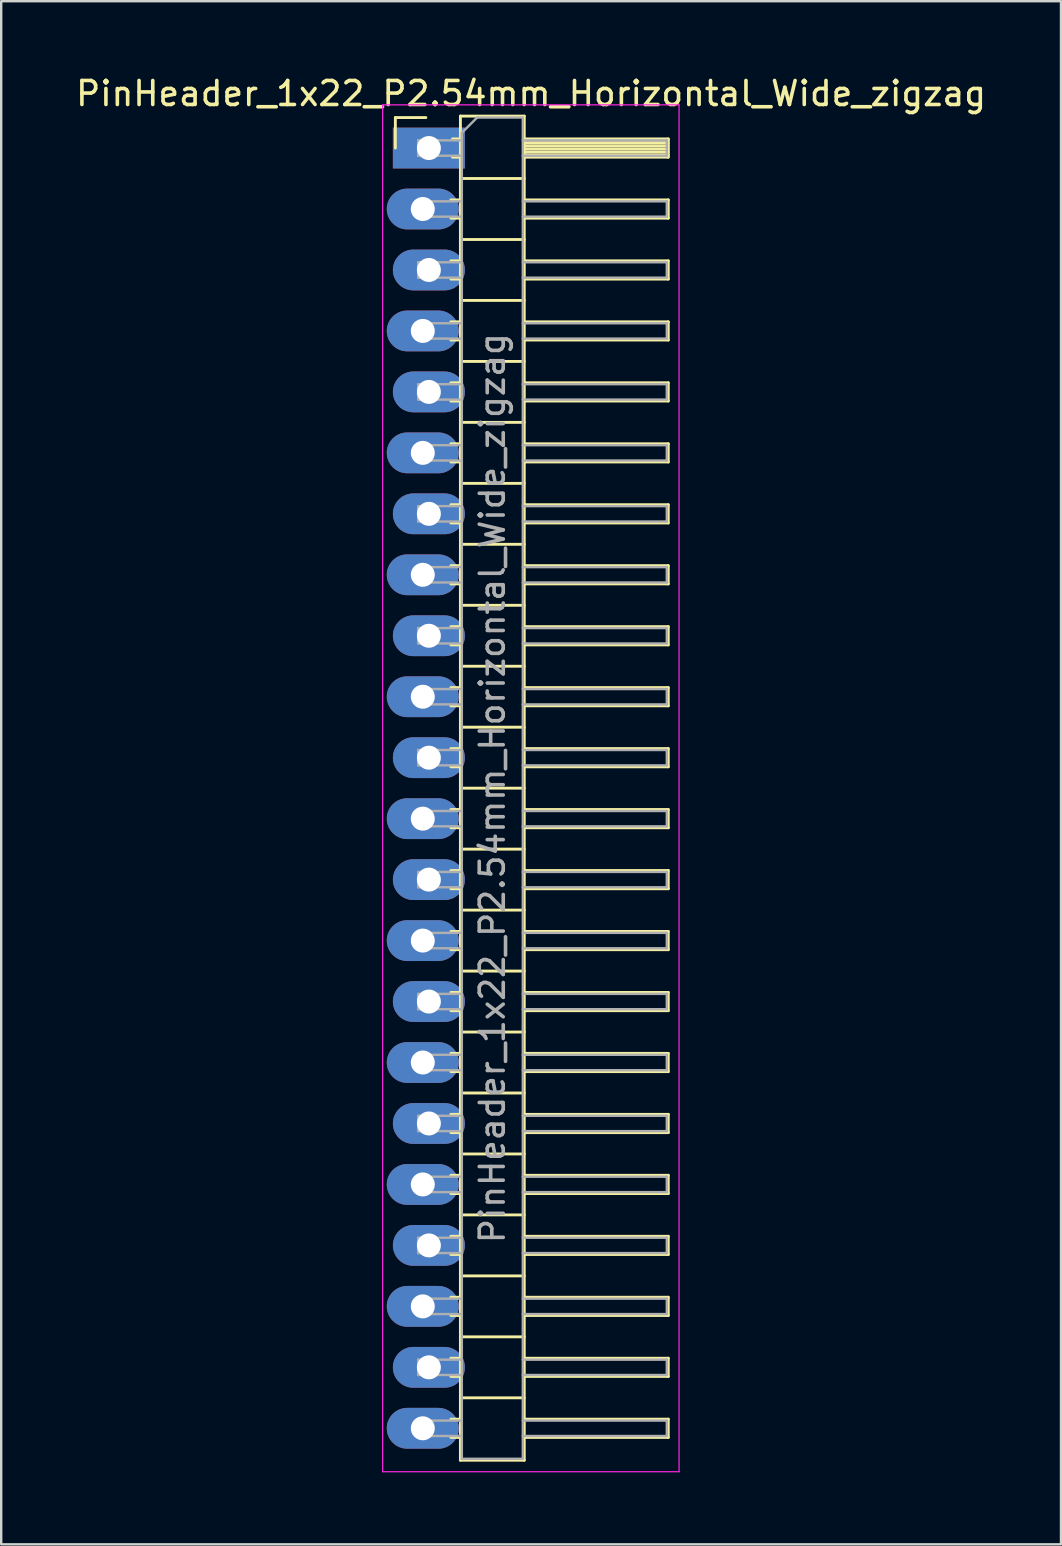
<source format=kicad_pcb>
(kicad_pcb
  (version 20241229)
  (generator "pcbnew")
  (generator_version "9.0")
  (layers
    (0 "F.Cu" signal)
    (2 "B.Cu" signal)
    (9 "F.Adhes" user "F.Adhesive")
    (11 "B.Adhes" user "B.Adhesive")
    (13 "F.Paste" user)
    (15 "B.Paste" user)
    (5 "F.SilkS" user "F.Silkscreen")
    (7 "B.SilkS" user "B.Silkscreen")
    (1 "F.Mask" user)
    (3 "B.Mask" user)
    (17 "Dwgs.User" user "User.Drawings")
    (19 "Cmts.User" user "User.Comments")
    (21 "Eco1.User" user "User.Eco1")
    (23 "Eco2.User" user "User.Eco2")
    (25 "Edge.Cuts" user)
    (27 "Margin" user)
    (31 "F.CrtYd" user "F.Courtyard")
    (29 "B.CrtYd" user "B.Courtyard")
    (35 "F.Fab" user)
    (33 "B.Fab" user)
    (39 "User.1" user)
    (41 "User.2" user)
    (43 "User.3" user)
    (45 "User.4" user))
  (footprint "PinHeader_1x22_P2.54mm_Horizontal_Wide_zigzag"
    (layer "F.Cu")
    (at 14.692 3.118)
    (property "Reference" "PinHeader_1x22_P2.54mm_Horizontal_Wide_zigzag" (at 4.385 -2.27 0) (layer "F.SilkS") (effects (font (size 1 1) (thickness 0.15))))
    (attr through_hole)
    (fp_line (start -1.27 -1.27) (end 0 -1.27) (stroke (width 0.12) (type solid)) (layer "F.SilkS"))
    (fp_line (start -1.27 0) (end -1.27 -1.27) (stroke (width 0.12) (type solid)) (layer "F.SilkS"))
    (fp_line (start 1.043 2.16) (end 1.44 2.16) (stroke (width 0.12) (type solid)) (layer "F.SilkS"))
    (fp_line (start 1.043 2.92) (end 1.44 2.92) (stroke (width 0.12) (type solid)) (layer "F.SilkS"))
    (fp_line (start 1.043 4.7) (end 1.44 4.7) (stroke (width 0.12) (type solid)) (layer "F.SilkS"))
    (fp_line (start 1.043 5.46) (end 1.44 5.46) (stroke (width 0.12) (type solid)) (layer "F.SilkS"))
    (fp_line (start 1.043 7.24) (end 1.44 7.24) (stroke (width 0.12) (type solid)) (layer "F.SilkS"))
    (fp_line (start 1.043 8) (end 1.44 8) (stroke (width 0.12) (type solid)) (layer "F.SilkS"))
    (fp_line (start 1.043 9.78) (end 1.44 9.78) (stroke (width 0.12) (type solid)) (layer "F.SilkS"))
    (fp_line (start 1.043 10.54) (end 1.44 10.54) (stroke (width 0.12) (type solid)) (layer "F.SilkS"))
    (fp_line (start 1.043 12.32) (end 1.44 12.32) (stroke (width 0.12) (type solid)) (layer "F.SilkS"))
    (fp_line (start 1.043 13.08) (end 1.44 13.08) (stroke (width 0.12) (type solid)) (layer "F.SilkS"))
    (fp_line (start 1.043 14.86) (end 1.44 14.86) (stroke (width 0.12) (type solid)) (layer "F.SilkS"))
    (fp_line (start 1.043 15.62) (end 1.44 15.62) (stroke (width 0.12) (type solid)) (layer "F.SilkS"))
    (fp_line (start 1.043 17.4) (end 1.44 17.4) (stroke (width 0.12) (type solid)) (layer "F.SilkS"))
    (fp_line (start 1.043 18.16) (end 1.44 18.16) (stroke (width 0.12) (type solid)) (layer "F.SilkS"))
    (fp_line (start 1.043 19.94) (end 1.44 19.94) (stroke (width 0.12) (type solid)) (layer "F.SilkS"))
    (fp_line (start 1.043 20.7) (end 1.44 20.7) (stroke (width 0.12) (type solid)) (layer "F.SilkS"))
    (fp_line (start 1.043 22.48) (end 1.44 22.48) (stroke (width 0.12) (type solid)) (layer "F.SilkS"))
    (fp_line (start 1.043 23.24) (end 1.44 23.24) (stroke (width 0.12) (type solid)) (layer "F.SilkS"))
    (fp_line (start 1.043 25.02) (end 1.44 25.02) (stroke (width 0.12) (type solid)) (layer "F.SilkS"))
    (fp_line (start 1.043 25.78) (end 1.44 25.78) (stroke (width 0.12) (type solid)) (layer "F.SilkS"))
    (fp_line (start 1.043 27.56) (end 1.44 27.56) (stroke (width 0.12) (type solid)) (layer "F.SilkS"))
    (fp_line (start 1.043 28.32) (end 1.44 28.32) (stroke (width 0.12) (type solid)) (layer "F.SilkS"))
    (fp_line (start 1.043 30.1) (end 1.44 30.1) (stroke (width 0.12) (type solid)) (layer "F.SilkS"))
    (fp_line (start 1.043 30.86) (end 1.44 30.86) (stroke (width 0.12) (type solid)) (layer "F.SilkS"))
    (fp_line (start 1.043 32.64) (end 1.44 32.64) (stroke (width 0.12) (type solid)) (layer "F.SilkS"))
    (fp_line (start 1.043 33.4) (end 1.44 33.4) (stroke (width 0.12) (type solid)) (layer "F.SilkS"))
    (fp_line (start 1.043 35.18) (end 1.44 35.18) (stroke (width 0.12) (type solid)) (layer "F.SilkS"))
    (fp_line (start 1.043 35.94) (end 1.44 35.94) (stroke (width 0.12) (type solid)) (layer "F.SilkS"))
    (fp_line (start 1.043 37.72) (end 1.44 37.72) (stroke (width 0.12) (type solid)) (layer "F.SilkS"))
    (fp_line (start 1.043 38.48) (end 1.44 38.48) (stroke (width 0.12) (type solid)) (layer "F.SilkS"))
    (fp_line (start 1.043 40.26) (end 1.44 40.26) (stroke (width 0.12) (type solid)) (layer "F.SilkS"))
    (fp_line (start 1.043 41.02) (end 1.44 41.02) (stroke (width 0.12) (type solid)) (layer "F.SilkS"))
    (fp_line (start 1.043 42.8) (end 1.44 42.8) (stroke (width 0.12) (type solid)) (layer "F.SilkS"))
    (fp_line (start 1.043 43.56) (end 1.44 43.56) (stroke (width 0.12) (type solid)) (layer "F.SilkS"))
    (fp_line (start 1.043 45.34) (end 1.44 45.34) (stroke (width 0.12) (type solid)) (layer "F.SilkS"))
    (fp_line (start 1.043 46.1) (end 1.44 46.1) (stroke (width 0.12) (type solid)) (layer "F.SilkS"))
    (fp_line (start 1.043 47.88) (end 1.44 47.88) (stroke (width 0.12) (type solid)) (layer "F.SilkS"))
    (fp_line (start 1.043 48.64) (end 1.44 48.64) (stroke (width 0.12) (type solid)) (layer "F.SilkS"))
    (fp_line (start 1.043 50.42) (end 1.44 50.42) (stroke (width 0.12) (type solid)) (layer "F.SilkS"))
    (fp_line (start 1.043 51.18) (end 1.44 51.18) (stroke (width 0.12) (type solid)) (layer "F.SilkS"))
    (fp_line (start 1.043 52.96) (end 1.44 52.96) (stroke (width 0.12) (type solid)) (layer "F.SilkS"))
    (fp_line (start 1.043 53.72) (end 1.44 53.72) (stroke (width 0.12) (type solid)) (layer "F.SilkS"))
    (fp_line (start 1.11 -0.38) (end 1.44 -0.38) (stroke (width 0.12) (type solid)) (layer "F.SilkS"))
    (fp_line (start 1.11 0.38) (end 1.44 0.38) (stroke (width 0.12) (type solid)) (layer "F.SilkS"))
    (fp_line (start 1.44 -1.33) (end 1.44 54.67) (stroke (width 0.12) (type solid)) (layer "F.SilkS"))
    (fp_line (start 1.44 1.27) (end 4.1 1.27) (stroke (width 0.12) (type solid)) (layer "F.SilkS"))
    (fp_line (start 1.44 3.81) (end 4.1 3.81) (stroke (width 0.12) (type solid)) (layer "F.SilkS"))
    (fp_line (start 1.44 6.35) (end 4.1 6.35) (stroke (width 0.12) (type solid)) (layer "F.SilkS"))
    (fp_line (start 1.44 8.89) (end 4.1 8.89) (stroke (width 0.12) (type solid)) (layer "F.SilkS"))
    (fp_line (start 1.44 11.43) (end 4.1 11.43) (stroke (width 0.12) (type solid)) (layer "F.SilkS"))
    (fp_line (start 1.44 13.97) (end 4.1 13.97) (stroke (width 0.12) (type solid)) (layer "F.SilkS"))
    (fp_line (start 1.44 16.51) (end 4.1 16.51) (stroke (width 0.12) (type solid)) (layer "F.SilkS"))
    (fp_line (start 1.44 19.05) (end 4.1 19.05) (stroke (width 0.12) (type solid)) (layer "F.SilkS"))
    (fp_line (start 1.44 21.59) (end 4.1 21.59) (stroke (width 0.12) (type solid)) (layer "F.SilkS"))
    (fp_line (start 1.44 24.13) (end 4.1 24.13) (stroke (width 0.12) (type solid)) (layer "F.SilkS"))
    (fp_line (start 1.44 26.67) (end 4.1 26.67) (stroke (width 0.12) (type solid)) (layer "F.SilkS"))
    (fp_line (start 1.44 29.21) (end 4.1 29.21) (stroke (width 0.12) (type solid)) (layer "F.SilkS"))
    (fp_line (start 1.44 31.75) (end 4.1 31.75) (stroke (width 0.12) (type solid)) (layer "F.SilkS"))
    (fp_line (start 1.44 34.29) (end 4.1 34.29) (stroke (width 0.12) (type solid)) (layer "F.SilkS"))
    (fp_line (start 1.44 36.83) (end 4.1 36.83) (stroke (width 0.12) (type solid)) (layer "F.SilkS"))
    (fp_line (start 1.44 39.37) (end 4.1 39.37) (stroke (width 0.12) (type solid)) (layer "F.SilkS"))
    (fp_line (start 1.44 41.91) (end 4.1 41.91) (stroke (width 0.12) (type solid)) (layer "F.SilkS"))
    (fp_line (start 1.44 44.45) (end 4.1 44.45) (stroke (width 0.12) (type solid)) (layer "F.SilkS"))
    (fp_line (start 1.44 46.99) (end 4.1 46.99) (stroke (width 0.12) (type solid)) (layer "F.SilkS"))
    (fp_line (start 1.44 49.53) (end 4.1 49.53) (stroke (width 0.12) (type solid)) (layer "F.SilkS"))
    (fp_line (start 1.44 52.07) (end 4.1 52.07) (stroke (width 0.12) (type solid)) (layer "F.SilkS"))
    (fp_line (start 1.44 54.67) (end 4.1 54.67) (stroke (width 0.12) (type solid)) (layer "F.SilkS"))
    (fp_line (start 4.1 -1.33) (end 1.44 -1.33) (stroke (width 0.12) (type solid)) (layer "F.SilkS"))
    (fp_line (start 4.1 -0.38) (end 10.1 -0.38) (stroke (width 0.12) (type solid)) (layer "F.SilkS"))
    (fp_line (start 4.1 -0.32) (end 10.1 -0.32) (stroke (width 0.12) (type solid)) (layer "F.SilkS"))
    (fp_line (start 4.1 -0.2) (end 10.1 -0.2) (stroke (width 0.12) (type solid)) (layer "F.SilkS"))
    (fp_line (start 4.1 -0.08) (end 10.1 -0.08) (stroke (width 0.12) (type solid)) (layer "F.SilkS"))
    (fp_line (start 4.1 0.04) (end 10.1 0.04) (stroke (width 0.12) (type solid)) (layer "F.SilkS"))
    (fp_line (start 4.1 0.16) (end 10.1 0.16) (stroke (width 0.12) (type solid)) (layer "F.SilkS"))
    (fp_line (start 4.1 0.28) (end 10.1 0.28) (stroke (width 0.12) (type solid)) (layer "F.SilkS"))
    (fp_line (start 4.1 2.16) (end 10.1 2.16) (stroke (width 0.12) (type solid)) (layer "F.SilkS"))
    (fp_line (start 4.1 4.7) (end 10.1 4.7) (stroke (width 0.12) (type solid)) (layer "F.SilkS"))
    (fp_line (start 4.1 7.24) (end 10.1 7.24) (stroke (width 0.12) (type solid)) (layer "F.SilkS"))
    (fp_line (start 4.1 9.78) (end 10.1 9.78) (stroke (width 0.12) (type solid)) (layer "F.SilkS"))
    (fp_line (start 4.1 12.32) (end 10.1 12.32) (stroke (width 0.12) (type solid)) (layer "F.SilkS"))
    (fp_line (start 4.1 14.86) (end 10.1 14.86) (stroke (width 0.12) (type solid)) (layer "F.SilkS"))
    (fp_line (start 4.1 17.4) (end 10.1 17.4) (stroke (width 0.12) (type solid)) (layer "F.SilkS"))
    (fp_line (start 4.1 19.94) (end 10.1 19.94) (stroke (width 0.12) (type solid)) (layer "F.SilkS"))
    (fp_line (start 4.1 22.48) (end 10.1 22.48) (stroke (width 0.12) (type solid)) (layer "F.SilkS"))
    (fp_line (start 4.1 25.02) (end 10.1 25.02) (stroke (width 0.12) (type solid)) (layer "F.SilkS"))
    (fp_line (start 4.1 27.56) (end 10.1 27.56) (stroke (width 0.12) (type solid)) (layer "F.SilkS"))
    (fp_line (start 4.1 30.1) (end 10.1 30.1) (stroke (width 0.12) (type solid)) (layer "F.SilkS"))
    (fp_line (start 4.1 32.64) (end 10.1 32.64) (stroke (width 0.12) (type solid)) (layer "F.SilkS"))
    (fp_line (start 4.1 35.18) (end 10.1 35.18) (stroke (width 0.12) (type solid)) (layer "F.SilkS"))
    (fp_line (start 4.1 37.72) (end 10.1 37.72) (stroke (width 0.12) (type solid)) (layer "F.SilkS"))
    (fp_line (start 4.1 40.26) (end 10.1 40.26) (stroke (width 0.12) (type solid)) (layer "F.SilkS"))
    (fp_line (start 4.1 42.8) (end 10.1 42.8) (stroke (width 0.12) (type solid)) (layer "F.SilkS"))
    (fp_line (start 4.1 45.34) (end 10.1 45.34) (stroke (width 0.12) (type solid)) (layer "F.SilkS"))
    (fp_line (start 4.1 47.88) (end 10.1 47.88) (stroke (width 0.12) (type solid)) (layer "F.SilkS"))
    (fp_line (start 4.1 50.42) (end 10.1 50.42) (stroke (width 0.12) (type solid)) (layer "F.SilkS"))
    (fp_line (start 4.1 52.96) (end 10.1 52.96) (stroke (width 0.12) (type solid)) (layer "F.SilkS"))
    (fp_line (start 4.1 54.67) (end 4.1 -1.33) (stroke (width 0.12) (type solid)) (layer "F.SilkS"))
    (fp_line (start 10.1 -0.38) (end 10.1 0.38) (stroke (width 0.12) (type solid)) (layer "F.SilkS"))
    (fp_line (start 10.1 0.38) (end 4.1 0.38) (stroke (width 0.12) (type solid)) (layer "F.SilkS"))
    (fp_line (start 10.1 2.16) (end 10.1 2.92) (stroke (width 0.12) (type solid)) (layer "F.SilkS"))
    (fp_line (start 10.1 2.92) (end 4.1 2.92) (stroke (width 0.12) (type solid)) (layer "F.SilkS"))
    (fp_line (start 10.1 4.7) (end 10.1 5.46) (stroke (width 0.12) (type solid)) (layer "F.SilkS"))
    (fp_line (start 10.1 5.46) (end 4.1 5.46) (stroke (width 0.12) (type solid)) (layer "F.SilkS"))
    (fp_line (start 10.1 7.24) (end 10.1 8) (stroke (width 0.12) (type solid)) (layer "F.SilkS"))
    (fp_line (start 10.1 8) (end 4.1 8) (stroke (width 0.12) (type solid)) (layer "F.SilkS"))
    (fp_line (start 10.1 9.78) (end 10.1 10.54) (stroke (width 0.12) (type solid)) (layer "F.SilkS"))
    (fp_line (start 10.1 10.54) (end 4.1 10.54) (stroke (width 0.12) (type solid)) (layer "F.SilkS"))
    (fp_line (start 10.1 12.32) (end 10.1 13.08) (stroke (width 0.12) (type solid)) (layer "F.SilkS"))
    (fp_line (start 10.1 13.08) (end 4.1 13.08) (stroke (width 0.12) (type solid)) (layer "F.SilkS"))
    (fp_line (start 10.1 14.86) (end 10.1 15.62) (stroke (width 0.12) (type solid)) (layer "F.SilkS"))
    (fp_line (start 10.1 15.62) (end 4.1 15.62) (stroke (width 0.12) (type solid)) (layer "F.SilkS"))
    (fp_line (start 10.1 17.4) (end 10.1 18.16) (stroke (width 0.12) (type solid)) (layer "F.SilkS"))
    (fp_line (start 10.1 18.16) (end 4.1 18.16) (stroke (width 0.12) (type solid)) (layer "F.SilkS"))
    (fp_line (start 10.1 19.94) (end 10.1 20.7) (stroke (width 0.12) (type solid)) (layer "F.SilkS"))
    (fp_line (start 10.1 20.7) (end 4.1 20.7) (stroke (width 0.12) (type solid)) (layer "F.SilkS"))
    (fp_line (start 10.1 22.48) (end 10.1 23.24) (stroke (width 0.12) (type solid)) (layer "F.SilkS"))
    (fp_line (start 10.1 23.24) (end 4.1 23.24) (stroke (width 0.12) (type solid)) (layer "F.SilkS"))
    (fp_line (start 10.1 25.02) (end 10.1 25.78) (stroke (width 0.12) (type solid)) (layer "F.SilkS"))
    (fp_line (start 10.1 25.78) (end 4.1 25.78) (stroke (width 0.12) (type solid)) (layer "F.SilkS"))
    (fp_line (start 10.1 27.56) (end 10.1 28.32) (stroke (width 0.12) (type solid)) (layer "F.SilkS"))
    (fp_line (start 10.1 28.32) (end 4.1 28.32) (stroke (width 0.12) (type solid)) (layer "F.SilkS"))
    (fp_line (start 10.1 30.1) (end 10.1 30.86) (stroke (width 0.12) (type solid)) (layer "F.SilkS"))
    (fp_line (start 10.1 30.86) (end 4.1 30.86) (stroke (width 0.12) (type solid)) (layer "F.SilkS"))
    (fp_line (start 10.1 32.64) (end 10.1 33.4) (stroke (width 0.12) (type solid)) (layer "F.SilkS"))
    (fp_line (start 10.1 33.4) (end 4.1 33.4) (stroke (width 0.12) (type solid)) (layer "F.SilkS"))
    (fp_line (start 10.1 35.18) (end 10.1 35.94) (stroke (width 0.12) (type solid)) (layer "F.SilkS"))
    (fp_line (start 10.1 35.94) (end 4.1 35.94) (stroke (width 0.12) (type solid)) (layer "F.SilkS"))
    (fp_line (start 10.1 37.72) (end 10.1 38.48) (stroke (width 0.12) (type solid)) (layer "F.SilkS"))
    (fp_line (start 10.1 38.48) (end 4.1 38.48) (stroke (width 0.12) (type solid)) (layer "F.SilkS"))
    (fp_line (start 10.1 40.26) (end 10.1 41.02) (stroke (width 0.12) (type solid)) (layer "F.SilkS"))
    (fp_line (start 10.1 41.02) (end 4.1 41.02) (stroke (width 0.12) (type solid)) (layer "F.SilkS"))
    (fp_line (start 10.1 42.8) (end 10.1 43.56) (stroke (width 0.12) (type solid)) (layer "F.SilkS"))
    (fp_line (start 10.1 43.56) (end 4.1 43.56) (stroke (width 0.12) (type solid)) (layer "F.SilkS"))
    (fp_line (start 10.1 45.34) (end 10.1 46.1) (stroke (width 0.12) (type solid)) (layer "F.SilkS"))
    (fp_line (start 10.1 46.1) (end 4.1 46.1) (stroke (width 0.12) (type solid)) (layer "F.SilkS"))
    (fp_line (start 10.1 47.88) (end 10.1 48.64) (stroke (width 0.12) (type solid)) (layer "F.SilkS"))
    (fp_line (start 10.1 48.64) (end 4.1 48.64) (stroke (width 0.12) (type solid)) (layer "F.SilkS"))
    (fp_line (start 10.1 50.42) (end 10.1 51.18) (stroke (width 0.12) (type solid)) (layer "F.SilkS"))
    (fp_line (start 10.1 51.18) (end 4.1 51.18) (stroke (width 0.12) (type solid)) (layer "F.SilkS"))
    (fp_line (start 10.1 52.96) (end 10.1 53.72) (stroke (width 0.12) (type solid)) (layer "F.SilkS"))
    (fp_line (start 10.1 53.72) (end 4.1 53.72) (stroke (width 0.12) (type solid)) (layer "F.SilkS"))
    (fp_line (start -1.8 -1.8) (end -1.8 55.15) (stroke (width 0.05) (type solid)) (layer "F.CrtYd"))
    (fp_line (start -1.8 55.15) (end 10.55 55.15) (stroke (width 0.05) (type solid)) (layer "F.CrtYd"))
    (fp_line (start 10.55 -1.8) (end -1.8 -1.8) (stroke (width 0.05) (type solid)) (layer "F.CrtYd"))
    (fp_line (start 10.55 55.15) (end 10.55 -1.8) (stroke (width 0.05) (type solid)) (layer "F.CrtYd"))
    (fp_line (start -0.32 -0.32) (end -0.32 0.32) (stroke (width 0.1) (type solid)) (layer "F.Fab"))
    (fp_line (start -0.32 -0.32) (end 1.5 -0.32) (stroke (width 0.1) (type solid)) (layer "F.Fab"))
    (fp_line (start -0.32 0.32) (end 1.5 0.32) (stroke (width 0.1) (type solid)) (layer "F.Fab"))
    (fp_line (start -0.32 2.22) (end -0.32 2.86) (stroke (width 0.1) (type solid)) (layer "F.Fab"))
    (fp_line (start -0.32 2.22) (end 1.5 2.22) (stroke (width 0.1) (type solid)) (layer "F.Fab"))
    (fp_line (start -0.32 2.86) (end 1.5 2.86) (stroke (width 0.1) (type solid)) (layer "F.Fab"))
    (fp_line (start -0.32 4.76) (end -0.32 5.4) (stroke (width 0.1) (type solid)) (layer "F.Fab"))
    (fp_line (start -0.32 4.76) (end 1.5 4.76) (stroke (width 0.1) (type solid)) (layer "F.Fab"))
    (fp_line (start -0.32 5.4) (end 1.5 5.4) (stroke (width 0.1) (type solid)) (layer "F.Fab"))
    (fp_line (start -0.32 7.3) (end -0.32 7.94) (stroke (width 0.1) (type solid)) (layer "F.Fab"))
    (fp_line (start -0.32 7.3) (end 1.5 7.3) (stroke (width 0.1) (type solid)) (layer "F.Fab"))
    (fp_line (start -0.32 7.94) (end 1.5 7.94) (stroke (width 0.1) (type solid)) (layer "F.Fab"))
    (fp_line (start -0.32 9.84) (end -0.32 10.48) (stroke (width 0.1) (type solid)) (layer "F.Fab"))
    (fp_line (start -0.32 9.84) (end 1.5 9.84) (stroke (width 0.1) (type solid)) (layer "F.Fab"))
    (fp_line (start -0.32 10.48) (end 1.5 10.48) (stroke (width 0.1) (type solid)) (layer "F.Fab"))
    (fp_line (start -0.32 12.38) (end -0.32 13.02) (stroke (width 0.1) (type solid)) (layer "F.Fab"))
    (fp_line (start -0.32 12.38) (end 1.5 12.38) (stroke (width 0.1) (type solid)) (layer "F.Fab"))
    (fp_line (start -0.32 13.02) (end 1.5 13.02) (stroke (width 0.1) (type solid)) (layer "F.Fab"))
    (fp_line (start -0.32 14.92) (end -0.32 15.56) (stroke (width 0.1) (type solid)) (layer "F.Fab"))
    (fp_line (start -0.32 14.92) (end 1.5 14.92) (stroke (width 0.1) (type solid)) (layer "F.Fab"))
    (fp_line (start -0.32 15.56) (end 1.5 15.56) (stroke (width 0.1) (type solid)) (layer "F.Fab"))
    (fp_line (start -0.32 17.46) (end -0.32 18.1) (stroke (width 0.1) (type solid)) (layer "F.Fab"))
    (fp_line (start -0.32 17.46) (end 1.5 17.46) (stroke (width 0.1) (type solid)) (layer "F.Fab"))
    (fp_line (start -0.32 18.1) (end 1.5 18.1) (stroke (width 0.1) (type solid)) (layer "F.Fab"))
    (fp_line (start -0.32 20) (end -0.32 20.64) (stroke (width 0.1) (type solid)) (layer "F.Fab"))
    (fp_line (start -0.32 20) (end 1.5 20) (stroke (width 0.1) (type solid)) (layer "F.Fab"))
    (fp_line (start -0.32 20.64) (end 1.5 20.64) (stroke (width 0.1) (type solid)) (layer "F.Fab"))
    (fp_line (start -0.32 22.54) (end -0.32 23.18) (stroke (width 0.1) (type solid)) (layer "F.Fab"))
    (fp_line (start -0.32 22.54) (end 1.5 22.54) (stroke (width 0.1) (type solid)) (layer "F.Fab"))
    (fp_line (start -0.32 23.18) (end 1.5 23.18) (stroke (width 0.1) (type solid)) (layer "F.Fab"))
    (fp_line (start -0.32 25.08) (end -0.32 25.72) (stroke (width 0.1) (type solid)) (layer "F.Fab"))
    (fp_line (start -0.32 25.08) (end 1.5 25.08) (stroke (width 0.1) (type solid)) (layer "F.Fab"))
    (fp_line (start -0.32 25.72) (end 1.5 25.72) (stroke (width 0.1) (type solid)) (layer "F.Fab"))
    (fp_line (start -0.32 27.62) (end -0.32 28.26) (stroke (width 0.1) (type solid)) (layer "F.Fab"))
    (fp_line (start -0.32 27.62) (end 1.5 27.62) (stroke (width 0.1) (type solid)) (layer "F.Fab"))
    (fp_line (start -0.32 28.26) (end 1.5 28.26) (stroke (width 0.1) (type solid)) (layer "F.Fab"))
    (fp_line (start -0.32 30.16) (end -0.32 30.8) (stroke (width 0.1) (type solid)) (layer "F.Fab"))
    (fp_line (start -0.32 30.16) (end 1.5 30.16) (stroke (width 0.1) (type solid)) (layer "F.Fab"))
    (fp_line (start -0.32 30.8) (end 1.5 30.8) (stroke (width 0.1) (type solid)) (layer "F.Fab"))
    (fp_line (start -0.32 32.7) (end -0.32 33.34) (stroke (width 0.1) (type solid)) (layer "F.Fab"))
    (fp_line (start -0.32 32.7) (end 1.5 32.7) (stroke (width 0.1) (type solid)) (layer "F.Fab"))
    (fp_line (start -0.32 33.34) (end 1.5 33.34) (stroke (width 0.1) (type solid)) (layer "F.Fab"))
    (fp_line (start -0.32 35.24) (end -0.32 35.88) (stroke (width 0.1) (type solid)) (layer "F.Fab"))
    (fp_line (start -0.32 35.24) (end 1.5 35.24) (stroke (width 0.1) (type solid)) (layer "F.Fab"))
    (fp_line (start -0.32 35.88) (end 1.5 35.88) (stroke (width 0.1) (type solid)) (layer "F.Fab"))
    (fp_line (start -0.32 37.78) (end -0.32 38.42) (stroke (width 0.1) (type solid)) (layer "F.Fab"))
    (fp_line (start -0.32 37.78) (end 1.5 37.78) (stroke (width 0.1) (type solid)) (layer "F.Fab"))
    (fp_line (start -0.32 38.42) (end 1.5 38.42) (stroke (width 0.1) (type solid)) (layer "F.Fab"))
    (fp_line (start -0.32 40.32) (end -0.32 40.96) (stroke (width 0.1) (type solid)) (layer "F.Fab"))
    (fp_line (start -0.32 40.32) (end 1.5 40.32) (stroke (width 0.1) (type solid)) (layer "F.Fab"))
    (fp_line (start -0.32 40.96) (end 1.5 40.96) (stroke (width 0.1) (type solid)) (layer "F.Fab"))
    (fp_line (start -0.32 42.86) (end -0.32 43.5) (stroke (width 0.1) (type solid)) (layer "F.Fab"))
    (fp_line (start -0.32 42.86) (end 1.5 42.86) (stroke (width 0.1) (type solid)) (layer "F.Fab"))
    (fp_line (start -0.32 43.5) (end 1.5 43.5) (stroke (width 0.1) (type solid)) (layer "F.Fab"))
    (fp_line (start -0.32 45.4) (end -0.32 46.04) (stroke (width 0.1) (type solid)) (layer "F.Fab"))
    (fp_line (start -0.32 45.4) (end 1.5 45.4) (stroke (width 0.1) (type solid)) (layer "F.Fab"))
    (fp_line (start -0.32 46.04) (end 1.5 46.04) (stroke (width 0.1) (type solid)) (layer "F.Fab"))
    (fp_line (start -0.32 47.94) (end -0.32 48.58) (stroke (width 0.1) (type solid)) (layer "F.Fab"))
    (fp_line (start -0.32 47.94) (end 1.5 47.94) (stroke (width 0.1) (type solid)) (layer "F.Fab"))
    (fp_line (start -0.32 48.58) (end 1.5 48.58) (stroke (width 0.1) (type solid)) (layer "F.Fab"))
    (fp_line (start -0.32 50.48) (end -0.32 51.12) (stroke (width 0.1) (type solid)) (layer "F.Fab"))
    (fp_line (start -0.32 50.48) (end 1.5 50.48) (stroke (width 0.1) (type solid)) (layer "F.Fab"))
    (fp_line (start -0.32 51.12) (end 1.5 51.12) (stroke (width 0.1) (type solid)) (layer "F.Fab"))
    (fp_line (start -0.32 53.02) (end -0.32 53.66) (stroke (width 0.1) (type solid)) (layer "F.Fab"))
    (fp_line (start -0.32 53.02) (end 1.5 53.02) (stroke (width 0.1) (type solid)) (layer "F.Fab"))
    (fp_line (start -0.32 53.66) (end 1.5 53.66) (stroke (width 0.1) (type solid)) (layer "F.Fab"))
    (fp_line (start 1.5 -0.635) (end 2.135 -1.27) (stroke (width 0.1) (type solid)) (layer "F.Fab"))
    (fp_line (start 1.5 54.61) (end 1.5 -0.635) (stroke (width 0.1) (type solid)) (layer "F.Fab"))
    (fp_line (start 2.135 -1.27) (end 4.04 -1.27) (stroke (width 0.1) (type solid)) (layer "F.Fab"))
    (fp_line (start 4.04 -1.27) (end 4.04 54.61) (stroke (width 0.1) (type solid)) (layer "F.Fab"))
    (fp_line (start 4.04 -0.32) (end 10.04 -0.32) (stroke (width 0.1) (type solid)) (layer "F.Fab"))
    (fp_line (start 4.04 0.32) (end 10.04 0.32) (stroke (width 0.1) (type solid)) (layer "F.Fab"))
    (fp_line (start 4.04 2.22) (end 10.04 2.22) (stroke (width 0.1) (type solid)) (layer "F.Fab"))
    (fp_line (start 4.04 2.86) (end 10.04 2.86) (stroke (width 0.1) (type solid)) (layer "F.Fab"))
    (fp_line (start 4.04 4.76) (end 10.04 4.76) (stroke (width 0.1) (type solid)) (layer "F.Fab"))
    (fp_line (start 4.04 5.4) (end 10.04 5.4) (stroke (width 0.1) (type solid)) (layer "F.Fab"))
    (fp_line (start 4.04 7.3) (end 10.04 7.3) (stroke (width 0.1) (type solid)) (layer "F.Fab"))
    (fp_line (start 4.04 7.94) (end 10.04 7.94) (stroke (width 0.1) (type solid)) (layer "F.Fab"))
    (fp_line (start 4.04 9.84) (end 10.04 9.84) (stroke (width 0.1) (type solid)) (layer "F.Fab"))
    (fp_line (start 4.04 10.48) (end 10.04 10.48) (stroke (width 0.1) (type solid)) (layer "F.Fab"))
    (fp_line (start 4.04 12.38) (end 10.04 12.38) (stroke (width 0.1) (type solid)) (layer "F.Fab"))
    (fp_line (start 4.04 13.02) (end 10.04 13.02) (stroke (width 0.1) (type solid)) (layer "F.Fab"))
    (fp_line (start 4.04 14.92) (end 10.04 14.92) (stroke (width 0.1) (type solid)) (layer "F.Fab"))
    (fp_line (start 4.04 15.56) (end 10.04 15.56) (stroke (width 0.1) (type solid)) (layer "F.Fab"))
    (fp_line (start 4.04 17.46) (end 10.04 17.46) (stroke (width 0.1) (type solid)) (layer "F.Fab"))
    (fp_line (start 4.04 18.1) (end 10.04 18.1) (stroke (width 0.1) (type solid)) (layer "F.Fab"))
    (fp_line (start 4.04 20) (end 10.04 20) (stroke (width 0.1) (type solid)) (layer "F.Fab"))
    (fp_line (start 4.04 20.64) (end 10.04 20.64) (stroke (width 0.1) (type solid)) (layer "F.Fab"))
    (fp_line (start 4.04 22.54) (end 10.04 22.54) (stroke (width 0.1) (type solid)) (layer "F.Fab"))
    (fp_line (start 4.04 23.18) (end 10.04 23.18) (stroke (width 0.1) (type solid)) (layer "F.Fab"))
    (fp_line (start 4.04 25.08) (end 10.04 25.08) (stroke (width 0.1) (type solid)) (layer "F.Fab"))
    (fp_line (start 4.04 25.72) (end 10.04 25.72) (stroke (width 0.1) (type solid)) (layer "F.Fab"))
    (fp_line (start 4.04 27.62) (end 10.04 27.62) (stroke (width 0.1) (type solid)) (layer "F.Fab"))
    (fp_line (start 4.04 28.26) (end 10.04 28.26) (stroke (width 0.1) (type solid)) (layer "F.Fab"))
    (fp_line (start 4.04 30.16) (end 10.04 30.16) (stroke (width 0.1) (type solid)) (layer "F.Fab"))
    (fp_line (start 4.04 30.8) (end 10.04 30.8) (stroke (width 0.1) (type solid)) (layer "F.Fab"))
    (fp_line (start 4.04 32.7) (end 10.04 32.7) (stroke (width 0.1) (type solid)) (layer "F.Fab"))
    (fp_line (start 4.04 33.34) (end 10.04 33.34) (stroke (width 0.1) (type solid)) (layer "F.Fab"))
    (fp_line (start 4.04 35.24) (end 10.04 35.24) (stroke (width 0.1) (type solid)) (layer "F.Fab"))
    (fp_line (start 4.04 35.88) (end 10.04 35.88) (stroke (width 0.1) (type solid)) (layer "F.Fab"))
    (fp_line (start 4.04 37.78) (end 10.04 37.78) (stroke (width 0.1) (type solid)) (layer "F.Fab"))
    (fp_line (start 4.04 38.42) (end 10.04 38.42) (stroke (width 0.1) (type solid)) (layer "F.Fab"))
    (fp_line (start 4.04 40.32) (end 10.04 40.32) (stroke (width 0.1) (type solid)) (layer "F.Fab"))
    (fp_line (start 4.04 40.96) (end 10.04 40.96) (stroke (width 0.1) (type solid)) (layer "F.Fab"))
    (fp_line (start 4.04 42.86) (end 10.04 42.86) (stroke (width 0.1) (type solid)) (layer "F.Fab"))
    (fp_line (start 4.04 43.5) (end 10.04 43.5) (stroke (width 0.1) (type solid)) (layer "F.Fab"))
    (fp_line (start 4.04 45.4) (end 10.04 45.4) (stroke (width 0.1) (type solid)) (layer "F.Fab"))
    (fp_line (start 4.04 46.04) (end 10.04 46.04) (stroke (width 0.1) (type solid)) (layer "F.Fab"))
    (fp_line (start 4.04 47.94) (end 10.04 47.94) (stroke (width 0.1) (type solid)) (layer "F.Fab"))
    (fp_line (start 4.04 48.58) (end 10.04 48.58) (stroke (width 0.1) (type solid)) (layer "F.Fab"))
    (fp_line (start 4.04 50.48) (end 10.04 50.48) (stroke (width 0.1) (type solid)) (layer "F.Fab"))
    (fp_line (start 4.04 51.12) (end 10.04 51.12) (stroke (width 0.1) (type solid)) (layer "F.Fab"))
    (fp_line (start 4.04 53.02) (end 10.04 53.02) (stroke (width 0.1) (type solid)) (layer "F.Fab"))
    (fp_line (start 4.04 53.66) (end 10.04 53.66) (stroke (width 0.1) (type solid)) (layer "F.Fab"))
    (fp_line (start 4.04 54.61) (end 1.5 54.61) (stroke (width 0.1) (type solid)) (layer "F.Fab"))
    (fp_line (start 10.04 -0.32) (end 10.04 0.32) (stroke (width 0.1) (type solid)) (layer "F.Fab"))
    (fp_line (start 10.04 2.22) (end 10.04 2.86) (stroke (width 0.1) (type solid)) (layer "F.Fab"))
    (fp_line (start 10.04 4.76) (end 10.04 5.4) (stroke (width 0.1) (type solid)) (layer "F.Fab"))
    (fp_line (start 10.04 7.3) (end 10.04 7.94) (stroke (width 0.1) (type solid)) (layer "F.Fab"))
    (fp_line (start 10.04 9.84) (end 10.04 10.48) (stroke (width 0.1) (type solid)) (layer "F.Fab"))
    (fp_line (start 10.04 12.38) (end 10.04 13.02) (stroke (width 0.1) (type solid)) (layer "F.Fab"))
    (fp_line (start 10.04 14.92) (end 10.04 15.56) (stroke (width 0.1) (type solid)) (layer "F.Fab"))
    (fp_line (start 10.04 17.46) (end 10.04 18.1) (stroke (width 0.1) (type solid)) (layer "F.Fab"))
    (fp_line (start 10.04 20) (end 10.04 20.64) (stroke (width 0.1) (type solid)) (layer "F.Fab"))
    (fp_line (start 10.04 22.54) (end 10.04 23.18) (stroke (width 0.1) (type solid)) (layer "F.Fab"))
    (fp_line (start 10.04 25.08) (end 10.04 25.72) (stroke (width 0.1) (type solid)) (layer "F.Fab"))
    (fp_line (start 10.04 27.62) (end 10.04 28.26) (stroke (width 0.1) (type solid)) (layer "F.Fab"))
    (fp_line (start 10.04 30.16) (end 10.04 30.8) (stroke (width 0.1) (type solid)) (layer "F.Fab"))
    (fp_line (start 10.04 32.7) (end 10.04 33.34) (stroke (width 0.1) (type solid)) (layer "F.Fab"))
    (fp_line (start 10.04 35.24) (end 10.04 35.88) (stroke (width 0.1) (type solid)) (layer "F.Fab"))
    (fp_line (start 10.04 37.78) (end 10.04 38.42) (stroke (width 0.1) (type solid)) (layer "F.Fab"))
    (fp_line (start 10.04 40.32) (end 10.04 40.96) (stroke (width 0.1) (type solid)) (layer "F.Fab"))
    (fp_line (start 10.04 42.86) (end 10.04 43.5) (stroke (width 0.1) (type solid)) (layer "F.Fab"))
    (fp_line (start 10.04 45.4) (end 10.04 46.04) (stroke (width 0.1) (type solid)) (layer "F.Fab"))
    (fp_line (start 10.04 47.94) (end 10.04 48.58) (stroke (width 0.1) (type solid)) (layer "F.Fab"))
    (fp_line (start 10.04 50.48) (end 10.04 51.12) (stroke (width 0.1) (type solid)) (layer "F.Fab"))
    (fp_line (start 10.04 53.02) (end 10.04 53.66) (stroke (width 0.1) (type solid)) (layer "F.Fab"))
    (fp_text user "${REFERENCE}" (at 2.77 26.67 90) (layer "F.Fab") (effects (font (size 1 1) (thickness 0.15))))
    (pad "1" thru_hole rect (at 0.127 0) (size 3 1.7) (drill 1) (layers "*.Cu" "*.Mask"))
    (pad "2" thru_hole oval (at -0.127 2.54) (size 3 1.7) (drill 1) (layers "*.Cu" "*.Mask"))
    (pad "3" thru_hole oval (at 0.127 5.08) (size 3 1.7) (drill 1) (layers "*.Cu" "*.Mask"))
    (pad "4" thru_hole oval (at -0.127 7.62) (size 3 1.7) (drill 1) (layers "*.Cu" "*.Mask"))
    (pad "5" thru_hole oval (at 0.127 10.16) (size 3 1.7) (drill 1) (layers "*.Cu" "*.Mask"))
    (pad "6" thru_hole oval (at -0.127 12.7) (size 3 1.7) (drill 1) (layers "*.Cu" "*.Mask"))
    (pad "7" thru_hole oval (at 0.127 15.24) (size 3 1.7) (drill 1) (layers "*.Cu" "*.Mask"))
    (pad "8" thru_hole oval (at -0.127 17.78) (size 3 1.7) (drill 1) (layers "*.Cu" "*.Mask"))
    (pad "9" thru_hole oval (at 0.127 20.32) (size 3 1.7) (drill 1) (layers "*.Cu" "*.Mask"))
    (pad "10" thru_hole oval (at -0.127 22.86) (size 3 1.7) (drill 1) (layers "*.Cu" "*.Mask"))
    (pad "11" thru_hole oval (at 0.127 25.4) (size 3 1.7) (drill 1) (layers "*.Cu" "*.Mask"))
    (pad "12" thru_hole oval (at -0.127 27.94) (size 3 1.7) (drill 1) (layers "*.Cu" "*.Mask"))
    (pad "13" thru_hole oval (at 0.127 30.48) (size 3 1.7) (drill 1) (layers "*.Cu" "*.Mask"))
    (pad "14" thru_hole oval (at -0.127 33.02) (size 3 1.7) (drill 1) (layers "*.Cu" "*.Mask"))
    (pad "15" thru_hole oval (at 0.127 35.56) (size 3 1.7) (drill 1) (layers "*.Cu" "*.Mask"))
    (pad "16" thru_hole oval (at -0.127 38.1) (size 3 1.7) (drill 1) (layers "*.Cu" "*.Mask"))
    (pad "17" thru_hole oval (at 0.127 40.64) (size 3 1.7) (drill 1) (layers "*.Cu" "*.Mask"))
    (pad "18" thru_hole oval (at -0.127 43.18) (size 3 1.7) (drill 1) (layers "*.Cu" "*.Mask"))
    (pad "19" thru_hole oval (at 0.127 45.72) (size 3 1.7) (drill 1) (layers "*.Cu" "*.Mask"))
    (pad "20" thru_hole oval (at -0.127 48.26) (size 3 1.7) (drill 1) (layers "*.Cu" "*.Mask"))
    (pad "21" thru_hole oval (at 0.127 50.8) (size 3 1.7) (drill 1) (layers "*.Cu" "*.Mask"))
    (pad "22" thru_hole oval (at -0.127 53.34) (size 3 1.7) (drill 1) (layers "*.Cu" "*.Mask")))
  (gr_rect
    (start -3 -3)
    (end 41.155 61.293)
    (stroke (width 0.1) (type default))
    (fill no)
    (layer "Edge.Cuts")))
</source>
